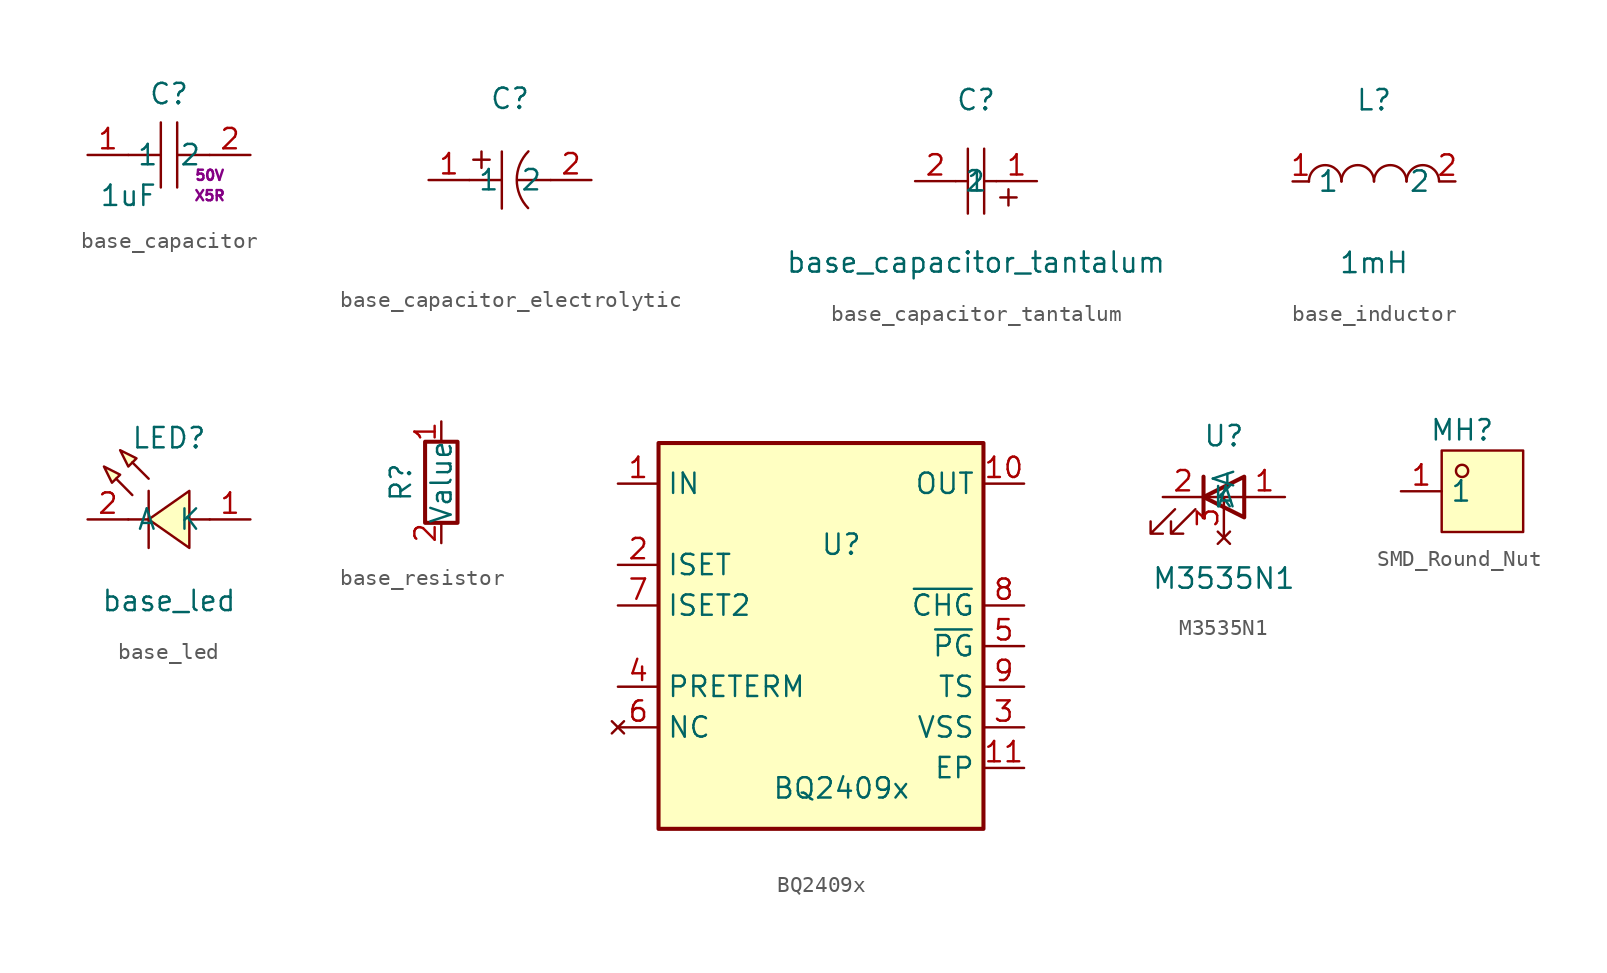
<source format=kicad_sym>
(kicad_symbol_lib
  (version 20220914)
  (generator kicad_symbol_editor)
  (symbol "base_capacitor"
    (property "Reference" "C"
      (at 0 3.81 0)
      (effects (font (size 1.27 1.27))))
    (property "Value" "1uF"
      (at -2.54 -2.54 0)
      (effects (font (size 1.27 1.27))))
    (property "Dielectric" "X5R"
      (at 2.54 -2.54 0)
      (do_not_autoplace)
      (effects (font (size 0.635 0.635))))
    (property "Voltage" "50V"
      (at 2.54 -1.27 0)
      (do_not_autoplace)
      (effects (font (size 0.635 0.635))))
    (symbol "base_capacitor_0_1"
      (polyline (pts (xy -0.51 -2.03) (xy -0.51 2.03)) (stroke (width 0) (type default)) (fill (type none)))
      (polyline (pts (xy -0.51 0) (xy -2.54 0)) (stroke (width 0) (type default)) (fill (type none)))
      (polyline (pts (xy 0.51 2.03) (xy 0.51 -2.03)) (stroke (width 0) (type default)) (fill (type none)))
      (polyline (pts (xy 2.54 0) (xy 0.51 0)) (stroke (width 0) (type default)) (fill (type none)))
      (pin unspecified line (at -5.08 0 0) (length 2.54) (name "1" (effects (font (size 1.27 1.27)))) (number "1" (effects (font (size 1.27 1.27)))))
      (pin unspecified line (at 5.08 0 180) (length 2.54) (name "2" (effects (font (size 1.27 1.27)))) (number "2" (effects (font (size 1.27 1.27)))))))
  (symbol "base_capacitor_electrolytic"
    (property "Reference" "C"
      (at 0 5.08 0)
      (effects (font (size 1.27 1.27))))
    (property "Value" ""
      (at 0 -5.08 0)
      (effects (font (size 1.27 1.27))))
    (symbol "base_capacitor_electrolytic_0_1"
      (polyline (pts (xy -2.54 0) (xy -0.51 0)) (stroke (width 0) (type default)) (fill (type none)))
      (polyline (pts (xy -2.29 1.27) (xy -1.27 1.27)) (stroke (width 0) (type default)) (fill (type none)))
      (polyline (pts (xy -1.78 1.78) (xy -1.78 0.76)) (stroke (width 0) (type default)) (fill (type none)))
      (polyline (pts (xy -0.51 1.78) (xy -0.51 -1.78)) (stroke (width 0) (type default)) (fill (type none)))
      (polyline (pts (xy 0.51 0) (xy 2.54 0)) (stroke (width 0) (type default)) (fill (type none)))
      (arc (start 1.15 1.79) (mid 0.4222 0.0241) (end 1.13 -1.75) (stroke (width 0) (type default)) (fill (type none)))
      (pin input line (at -5.08 0 0) (length 2.54) (name "1" (effects (font (size 1.27 1.27)))) (number "1" (effects (font (size 1.27 1.27)))))
      (pin input line (at 5.08 0 180) (length 2.54) (name "2" (effects (font (size 1.27 1.27)))) (number "2" (effects (font (size 1.27 1.27)))))))
  (symbol "base_capacitor_tantalum"
    (property "Reference" "C"
      (at 0 5.08 0)
      (effects (font (size 1.27 1.27))))
    (property "Value" "base_capacitor_tantalum"
      (at 0 -5.08 0)
      (effects (font (size 1.27 1.27))))
    (symbol "base_capacitor_tantalum_0_1"
      (polyline (pts (xy -0.51 -2.03) (xy -0.51 2.03)) (stroke (width 0) (type default)) (fill (type none)))
      (polyline (pts (xy -0.51 0) (xy -1.27 0)) (stroke (width 0) (type default)) (fill (type none)))
      (polyline (pts (xy 0.51 -2.03) (xy 0.51 2.03)) (stroke (width 0) (type default)) (fill (type none)))
      (polyline (pts (xy 1.27 0) (xy 0.51 0)) (stroke (width 0) (type default)) (fill (type none)))
      (polyline (pts (xy 2.03 -1.52) (xy 2.03 -0.51)) (stroke (width 0) (type default)) (fill (type none)))
      (polyline (pts (xy 2.54 -1.02) (xy 1.52 -1.02)) (stroke (width 0) (type default)) (fill (type none)))
      (pin input line (at 3.81 0 180) (length 2.54) (name "1" (effects (font (size 1.27 1.27)))) (number "1" (effects (font (size 1.27 1.27)))))
      (pin input line (at -3.81 0 0) (length 2.54) (name "2" (effects (font (size 1.27 1.27)))) (number "2" (effects (font (size 1.27 1.27)))))))
  (symbol "base_inductor"
    (property "Reference" "L"
      (at 0 5.08 0)
      (effects (font (size 1.27 1.27))))
    (property "Value" "1mH"
      (at 0 -5.08 0)
      (effects (font (size 1.27 1.27))))
    (symbol "base_inductor_0_1"
      (arc (start -2.03 0.01) (mid -3.055 1.013) (end -4.06 -0.01) (stroke (width 0) (type default)) (fill (type none)))
      (arc (start 0 0.01) (mid -1.025 1.013) (end -2.03 -0.01) (stroke (width 0) (type default)) (fill (type none)))
      (arc (start 2.03 0.01) (mid 1.005 1.013) (end 0 -0.01) (stroke (width 0) (type default)) (fill (type none)))
      (arc (start 4.06 0.01) (mid 3.035 1.013) (end 2.03 -0.01) (stroke (width 0) (type default)) (fill (type none)))
      (pin unspecified line (at -5.08 0 0) (length 1.016) (name "1" (effects (font (size 1.27 1.27)))) (number "1" (effects (font (size 1.27 1.27)))))
      (pin unspecified line (at 5.08 0 180) (length 1.016) (name "2" (effects (font (size 1.27 1.27)))) (number "2" (effects (font (size 1.27 1.27)))))))
  (symbol "base_led"
    (property "Reference" "LED"
      (at 0 5.08 0)
      (effects (font (size 1.27 1.27))))
    (property "Value" "base_led"
      (at 0 -5.08 0)
      (effects (font (size 1.27 1.27))))
    (symbol "base_led_0_1"
      (polyline (pts (xy -1.27 0) (xy -2.54 0)) (stroke (width 0) (type default)) (fill (type none)))
      (polyline (pts (xy -1.27 1.78) (xy -1.27 -1.78)) (stroke (width 0) (type default)) (fill (type none)))
      (polyline (pts (xy 2.54 0) (xy 1.27 0)) (stroke (width 0) (type default)) (fill (type none)))
      (polyline (pts (xy -2.29 1.52) (xy -3.3 2.54) (xy -2.29 1.52)) (stroke (width 0) (type default)) (fill (type background)))
      (polyline (pts (xy -1.27 2.54) (xy -2.29 3.56) (xy -1.27 2.54)) (stroke (width 0) (type default)) (fill (type background)))
      (polyline (pts (xy -4.06 3.3) (xy -3.05 2.79) (xy -3.56 2.29) (xy -4.06 3.3)) (stroke (width 0) (type default)) (fill (type background)))
      (polyline (pts (xy -3.05 4.32) (xy -2.03 3.81) (xy -2.54 3.3) (xy -3.05 4.32)) (stroke (width 0) (type default)) (fill (type background)))
      (polyline (pts (xy 1.27 1.78) (xy -1.27 0) (xy 1.27 -1.78) (xy 1.27 1.78)) (stroke (width 0) (type default)) (fill (type background)))
      (pin unspecified line (at 5.08 0 180) (length 2.54) (name "K" (effects (font (size 1.27 1.27)))) (number "1" (effects (font (size 1.27 1.27)))))
      (pin unspecified line (at -5.08 0 0) (length 2.54) (name "A" (effects (font (size 1.27 1.27)))) (number "2" (effects (font (size 1.27 1.27)))))))
  (symbol "base_resistor"
    (property "Reference" "R"
      (at -2.54 0 90)
      (do_not_autoplace)
      (effects (font (size 1.27 1.27))))
    (property "Value" "Value"
      (at 0 0 90)
      (do_not_autoplace)
      (effects (font (size 1.27 1.27))))
    (symbol "base_resistor_0_1"
      (rectangle (start -1.016 -2.54) (end 1.016 2.54) (stroke (width 0.254) (type default)) (fill (type none))))
    (symbol "base_resistor_1_1"
      (pin passive line (at 0 3.81 270) (length 1.27) (name "~" (effects (font (size 1.27 1.27)))) (number "1" (effects (font (size 1.27 1.27)))))
      (pin passive line (at 0 -3.81 90) (length 1.27) (name "~" (effects (font (size 1.27 1.27)))) (number "2" (effects (font (size 1.27 1.27)))))))
  (symbol "BQ2409x"
    (property "Reference" "U"
      (at 1.27 6.35 0)
      (effects (font (size 1.27 1.27))))
    (property "Value" "BQ2409x"
      (at 1.27 -8.89 0)
      (effects (font (size 1.27 1.27))))
    (symbol "BQ2409x_0_1"
      (rectangle (start -10.16 12.7) (end 10.16 -11.43) (stroke (width 0.254) (type default)) (fill (type background))))
    (symbol "BQ2409x_1_1"
      (pin power_in line (at -12.7 10.16 0) (length 2.54) (name "IN" (effects (font (size 1.27 1.27)))) (number "1" (effects (font (size 1.27 1.27)))))
      (pin power_out line (at 12.7 10.16 180) (length 2.54) (name "OUT" (effects (font (size 1.27 1.27)))) (number "10" (effects (font (size 1.27 1.27)))))
      (pin power_in line (at 12.7 -7.62 180) (length 2.54) (name "EP" (effects (font (size 1.27 1.27)))) (number "11" (effects (font (size 1.27 1.27)))))
      (pin passive line (at -12.7 5.08 0) (length 2.54) (name "ISET" (effects (font (size 1.27 1.27)))) (number "2" (effects (font (size 1.27 1.27)))))
      (pin power_in line (at 12.7 -5.08 180) (length 2.54) (name "VSS" (effects (font (size 1.27 1.27)))) (number "3" (effects (font (size 1.27 1.27)))))
      (pin passive line (at -12.7 -2.54 0) (length 2.54) (name "PRETERM" (effects (font (size 1.27 1.27)))) (number "4" (effects (font (size 1.27 1.27)))))
      (pin open_collector line (at 12.7 0 180) (length 2.54) (name "~{PG}" (effects (font (size 1.27 1.27)))) (number "5" (effects (font (size 1.27 1.27)))))
      (pin no_connect line (at -12.7 -5.08 0) (length 2.54) (name "NC" (effects (font (size 1.27 1.27)))) (number "6" (effects (font (size 1.27 1.27)))))
      (pin passive line (at -12.7 2.54 0) (length 2.54) (name "ISET2" (effects (font (size 1.27 1.27)))) (number "7" (effects (font (size 1.27 1.27)))))
      (pin open_collector line (at 12.7 2.54 180) (length 2.54) (name "~{CHG}" (effects (font (size 1.27 1.27)))) (number "8" (effects (font (size 1.27 1.27)))))
      (pin passive line (at 12.7 -2.54 180) (length 2.54) (name "TS" (effects (font (size 1.27 1.27)))) (number "9" (effects (font (size 1.27 1.27)))))))
  (symbol "M3535N1"
    (property "Reference" "U"
      (at 0 3.81 0)
      (effects (font (size 1.27 1.27))))
    (property "Value" "M3535N1"
      (at 0 -5.08 0)
      (effects (font (size 1.27 1.27))))
    (symbol "M3535N1_0_1"
      (polyline (pts (xy -1.27 -1.27) (xy -1.27 1.27)) (stroke (width 0.254) (type default)) (fill (type none)))
      (polyline (pts (xy -1.27 0) (xy 1.27 0)) (stroke (width 0) (type default)) (fill (type none)))
      (polyline (pts (xy 1.27 -1.27) (xy 1.27 1.27) (xy -1.27 0) (xy 1.27 -1.27)) (stroke (width 0.254) (type default)) (fill (type none)))
      (polyline (pts (xy -3.048 -0.762) (xy -4.572 -2.286) (xy -3.81 -2.286) (xy -4.572 -2.286) (xy -4.572 -1.524)) (stroke (width 0) (type default)) (fill (type none)))
      (polyline (pts (xy -1.778 -0.762) (xy -3.302 -2.286) (xy -2.54 -2.286) (xy -3.302 -2.286) (xy -3.302 -1.524)) (stroke (width 0) (type default)) (fill (type none))))
    (symbol "M3535N1_1_1"
      (pin passive line (at 3.81 0 180) (length 2.54) (name "A" (effects (font (size 1.27 1.27)))) (number "1" (effects (font (size 1.27 1.27)))))
      (pin passive line (at -3.81 0 0) (length 2.54) (name "K" (effects (font (size 1.27 1.27)))) (number "2" (effects (font (size 1.27 1.27)))))
      (pin no_connect line (at 0 -2.54 90) (length 2.54) (name "A" (effects (font (size 1.27 1.27)))) (number "3" (effects (font (size 1.27 1.27)))))))
  (symbol "SMD_Round_Nut"
    (property "Reference" "MH"
      (at 0 3.81 0)
      (effects (font (size 1.27 1.27))))
    (symbol "SMD_Round_Nut_0_1"
      (rectangle (start -1.27 2.54) (end 3.81 -2.54) (stroke (width 0) (type default)) (fill (type background)))
      (circle (center 0 1.27) (radius 0.38) (stroke (width 0) (type default)) (fill (type none))))
    (symbol "SMD_Round_Nut_1_1"
      (pin passive line (at -3.81 0 0) (length 2.54) (name "1" (effects (font (size 1.27 1.27)))) (number "1" (effects (font (size 1.27 1.27))))))))
</source>
